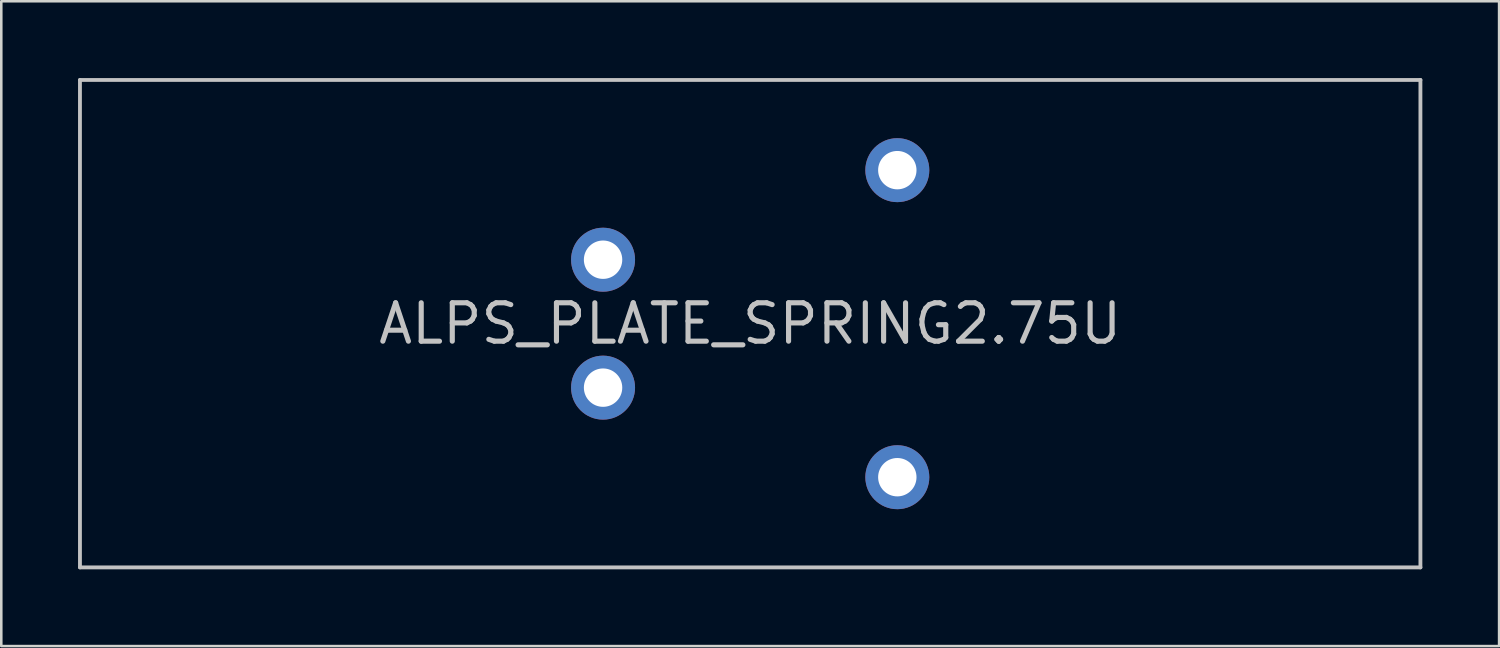
<source format=kicad_pcb>
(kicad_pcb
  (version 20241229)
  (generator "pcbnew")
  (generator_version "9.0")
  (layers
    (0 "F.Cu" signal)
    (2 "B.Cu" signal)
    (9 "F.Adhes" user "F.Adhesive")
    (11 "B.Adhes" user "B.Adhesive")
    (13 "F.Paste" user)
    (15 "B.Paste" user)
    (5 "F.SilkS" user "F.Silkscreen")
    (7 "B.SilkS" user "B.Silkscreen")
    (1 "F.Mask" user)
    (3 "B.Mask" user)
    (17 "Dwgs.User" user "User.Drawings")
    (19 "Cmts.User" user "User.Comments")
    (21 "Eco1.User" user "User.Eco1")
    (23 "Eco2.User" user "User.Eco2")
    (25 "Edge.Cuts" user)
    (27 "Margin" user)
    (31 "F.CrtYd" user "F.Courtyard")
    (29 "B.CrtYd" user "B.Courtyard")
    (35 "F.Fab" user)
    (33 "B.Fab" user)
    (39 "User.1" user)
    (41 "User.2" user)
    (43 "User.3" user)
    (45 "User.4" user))
  (footprint "ALPS_PLATE_SPRING2.75U"
    (layer "F.Cu")
    (at 26.269 9.6)
    (property "Reference" "ALPS_PLATE_SPRING2.75U" (at 0 0 0) (layer "Dwgs.User") (effects (font (size 1.5 1.5) (thickness 0.2))))
    (attr through_hole)
    (fp_line (start -26.194 -9.525) (end -26.194 9.525) (stroke (width 0.15) (type solid)) (layer "Dwgs.User"))
    (fp_line (start -26.194 -9.525) (end 26.194 -9.525) (stroke (width 0.15) (type solid)) (layer "Dwgs.User"))
    (fp_line (start -26.194 9.525) (end 26.194 9.525) (stroke (width 0.15) (type solid)) (layer "Dwgs.User"))
    (fp_line (start 26.194 9.525) (end 26.194 -9.525) (stroke (width 0.15) (type solid)) (layer "Dwgs.User"))
    (pad "1" thru_hole circle (at -5.75 2.5 90) (size 2.5 2.5) (drill 1.5) (layers "*.Cu" "*.Mask"))
    (pad "2" thru_hole circle (at -5.75 -2.5 90) (size 2.5 2.5) (drill 1.5) (layers "*.Cu" "*.Mask"))
    (pad "3" thru_hole circle (at 5.75 -6 90) (size 2.5 2.5) (drill 1.5) (layers "*.Cu" "*.Mask"))
    (pad "3" thru_hole circle (at 5.75 6 90) (size 2.5 2.5) (drill 1.5) (layers "*.Cu" "*.Mask")))
  (gr_rect
    (start -3 -3)
    (end 55.538 22.2)
    (stroke (width 0.1) (type default))
    (fill no)
    (layer "Edge.Cuts")))
</source>
